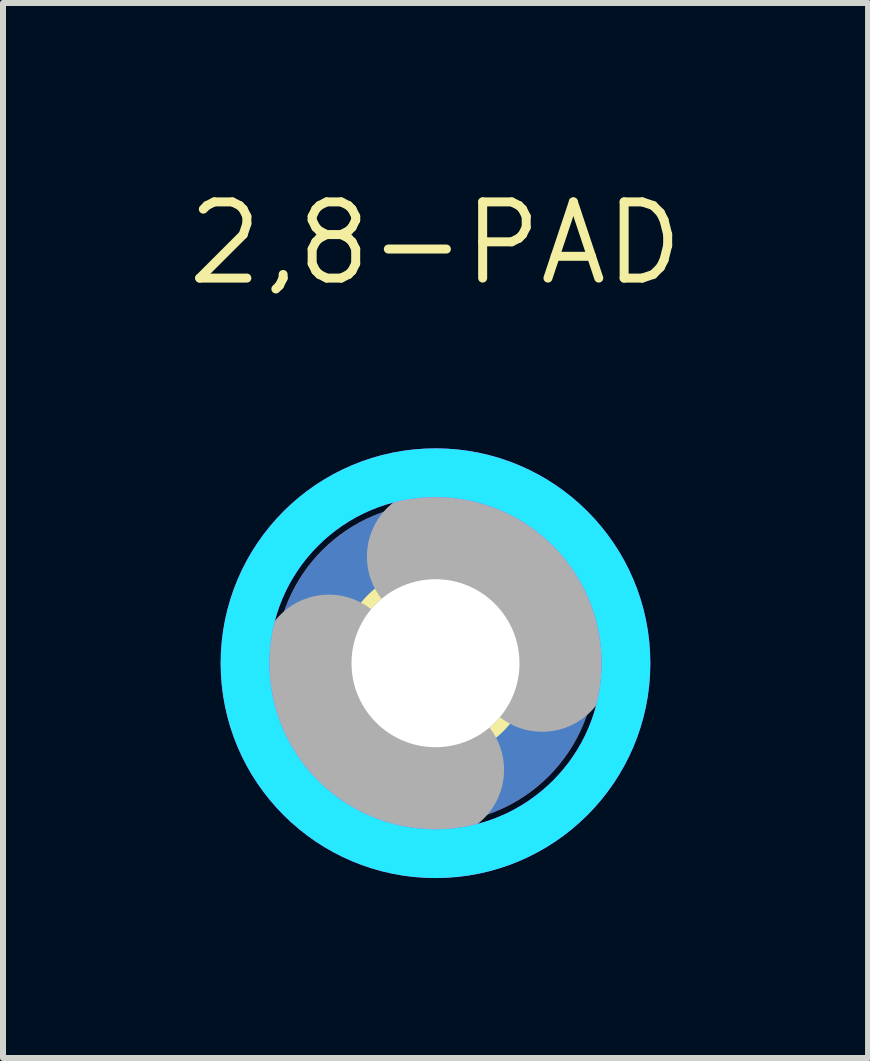
<source format=kicad_pcb>
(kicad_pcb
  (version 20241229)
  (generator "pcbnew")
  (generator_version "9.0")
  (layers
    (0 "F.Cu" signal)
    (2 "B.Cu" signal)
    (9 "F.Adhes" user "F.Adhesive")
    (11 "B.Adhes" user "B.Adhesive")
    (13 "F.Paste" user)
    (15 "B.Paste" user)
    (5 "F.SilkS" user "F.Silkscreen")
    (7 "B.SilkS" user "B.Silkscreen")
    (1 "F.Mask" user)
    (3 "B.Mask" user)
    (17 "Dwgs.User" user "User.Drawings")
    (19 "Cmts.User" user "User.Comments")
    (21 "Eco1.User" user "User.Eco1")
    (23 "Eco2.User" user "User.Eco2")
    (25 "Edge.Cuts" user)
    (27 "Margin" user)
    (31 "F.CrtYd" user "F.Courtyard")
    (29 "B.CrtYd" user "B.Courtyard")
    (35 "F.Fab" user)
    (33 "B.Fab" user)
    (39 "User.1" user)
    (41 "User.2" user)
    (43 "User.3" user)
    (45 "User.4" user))
  (footprint "2,8-PAD"
    (layer "F.Cu")
    (at 4.21 8.006)
    (property "Reference" "2,8-PAD" (at 0 -7 0) (unlocked yes) (layer "F.SilkS") (effects (font (size 1.27 1.27) (thickness 0.15))))
    (attr through_hole)
    (fp_line (start 0 -2.921) (end 0 -2.667) (stroke (width 0.051) (type solid)) (layer "F.SilkS"))
    (fp_line (start 0 2.667) (end 0 2.921) (stroke (width 0.051) (type solid)) (layer "F.SilkS"))
    (fp_circle (center 0 0) (end 1.5 0) (stroke (width 0.203) (type solid)) (fill no) (layer "F.SilkS"))
    (fp_circle (center 0 0) (end 2.921 0) (stroke (width 0.152) (type solid)) (fill no) (layer "F.SilkS"))
    (fp_circle (center 0 0) (end 3.175 0) (stroke (width 0.813) (type solid)) (fill no) (layer "B.CrtYd"))
    (fp_circle (center 0 0) (end 3.175 0) (stroke (width 0.813) (type solid)) (fill no) (layer "F.CrtYd"))
    (fp_arc (start 0 -1.778) (mid 1.257236 -1.257236) (end 1.778 0) (stroke (width 2.286) (type solid)) (layer "F.Fab"))
    (fp_arc (start 0 1.778) (mid -1.257236 1.257236) (end -1.778 0) (stroke (width 2.286) (type solid)) (layer "F.Fab"))
    (fp_circle (center 0 0) (end 0.635 0) (stroke (width 0.457) (type solid)) (fill no) (layer "F.Fab"))
    (pad "1" thru_hole circle (at 0 0) (size 5.334 5.334) (drill 2.8) (layers "*.Cu" "*.Mask"))
    (zone (net_name "") (layers "F.Cu" "B.Cu") (hatch edge 0.5) (connect_pads) (min_thickness 0.25) (filled_areas_thickness no) (keepout (tracks allowed) (vias not_allowed) (pads allowed) (copperpour allowed) (footprints allowed)) (placement (enabled no)) (fill) (polygon (pts (xy 7.792 8.006) (xy 7.771 7.626) (xy 7.711 7.249) (xy 7.611 6.881) (xy 7.472 6.526) (xy 7.296 6.188) (xy 7.085 5.87) (xy 6.842 5.577) (xy 6.569 5.311) (xy 6.269 5.076) (xy 5.946 4.873) (xy 5.603 4.707) (xy 5.244 4.577) (xy 4.874 4.487) (xy 4.496 4.436) (xy 4.115 4.426) (xy 3.735 4.456) (xy 3.36 4.527) (xy 2.995 4.637) (xy 2.644 4.785) (xy 2.311 4.97) (xy 1.999 5.189) (xy 1.712 5.44) (xy 1.453 5.72) (xy 1.226 6.026) (xy 1.032 6.355) (xy 0.875 6.702) (xy 0.755 7.064) (xy 0.675 7.437) (xy 0.634 7.816) (xy 0.634 8.197) (xy 0.675 8.576) (xy 0.755 8.948) (xy 0.875 9.31) (xy 1.032 9.658) (xy 1.226 9.986) (xy 1.453 10.292) (xy 1.712 10.572) (xy 1.999 10.823) (xy 2.311 11.042) (xy 2.644 11.227) (xy 2.995 11.375) (xy 3.36 11.485) (xy 3.735 11.556) (xy 4.115 11.586) (xy 4.496 11.576) (xy 4.874 11.526) (xy 5.244 11.435) (xy 5.603 11.306) (xy 5.946 11.139) (xy 6.269 10.937) (xy 6.569 10.701) (xy 6.842 10.436) (xy 7.085 10.142) (xy 7.296 9.824) (xy 7.472 9.486) (xy 7.611 9.131) (xy 7.711 8.763) (xy 7.771 8.387))) (polygon (pts (xy 6.979 8.006) (xy 6.959 7.672) (xy 6.899 7.344) (xy 6.799 7.024) (xy 6.662 6.72) (xy 6.489 6.433) (xy 6.283 6.17) (xy 6.046 5.934) (xy 5.783 5.728) (xy 5.497 5.555) (xy 5.192 5.418) (xy 4.873 5.318) (xy 4.544 5.258) (xy 4.21 5.238) (xy 3.877 5.258) (xy 3.548 5.318) (xy 3.229 5.418) (xy 2.924 5.555) (xy 2.638 5.728) (xy 2.374 5.934) (xy 2.138 6.17) (xy 1.932 6.433) (xy 1.759 6.72) (xy 1.622 7.024) (xy 1.522 7.344) (xy 1.462 7.672) (xy 1.442 8.006) (xy 1.462 8.34) (xy 1.522 8.669) (xy 1.622 8.988) (xy 1.759 9.293) (xy 1.932 9.579) (xy 2.138 9.842) (xy 2.374 10.079) (xy 2.638 10.285) (xy 2.924 10.458) (xy 3.229 10.595) (xy 3.548 10.694) (xy 3.877 10.755) (xy 4.21 10.775) (xy 4.544 10.755) (xy 4.873 10.694) (xy 5.192 10.595) (xy 5.497 10.458) (xy 5.783 10.285) (xy 6.046 10.079) (xy 6.283 9.842) (xy 6.489 9.579) (xy 6.662 9.293) (xy 6.799 8.988) (xy 6.899 8.669) (xy 6.959 8.34)))))
  (gr_rect
    (start -3 -3)
    (end 11.421 14.588)
    (stroke (width 0.1) (type default))
    (fill no)
    (layer "Edge.Cuts")))
</source>
